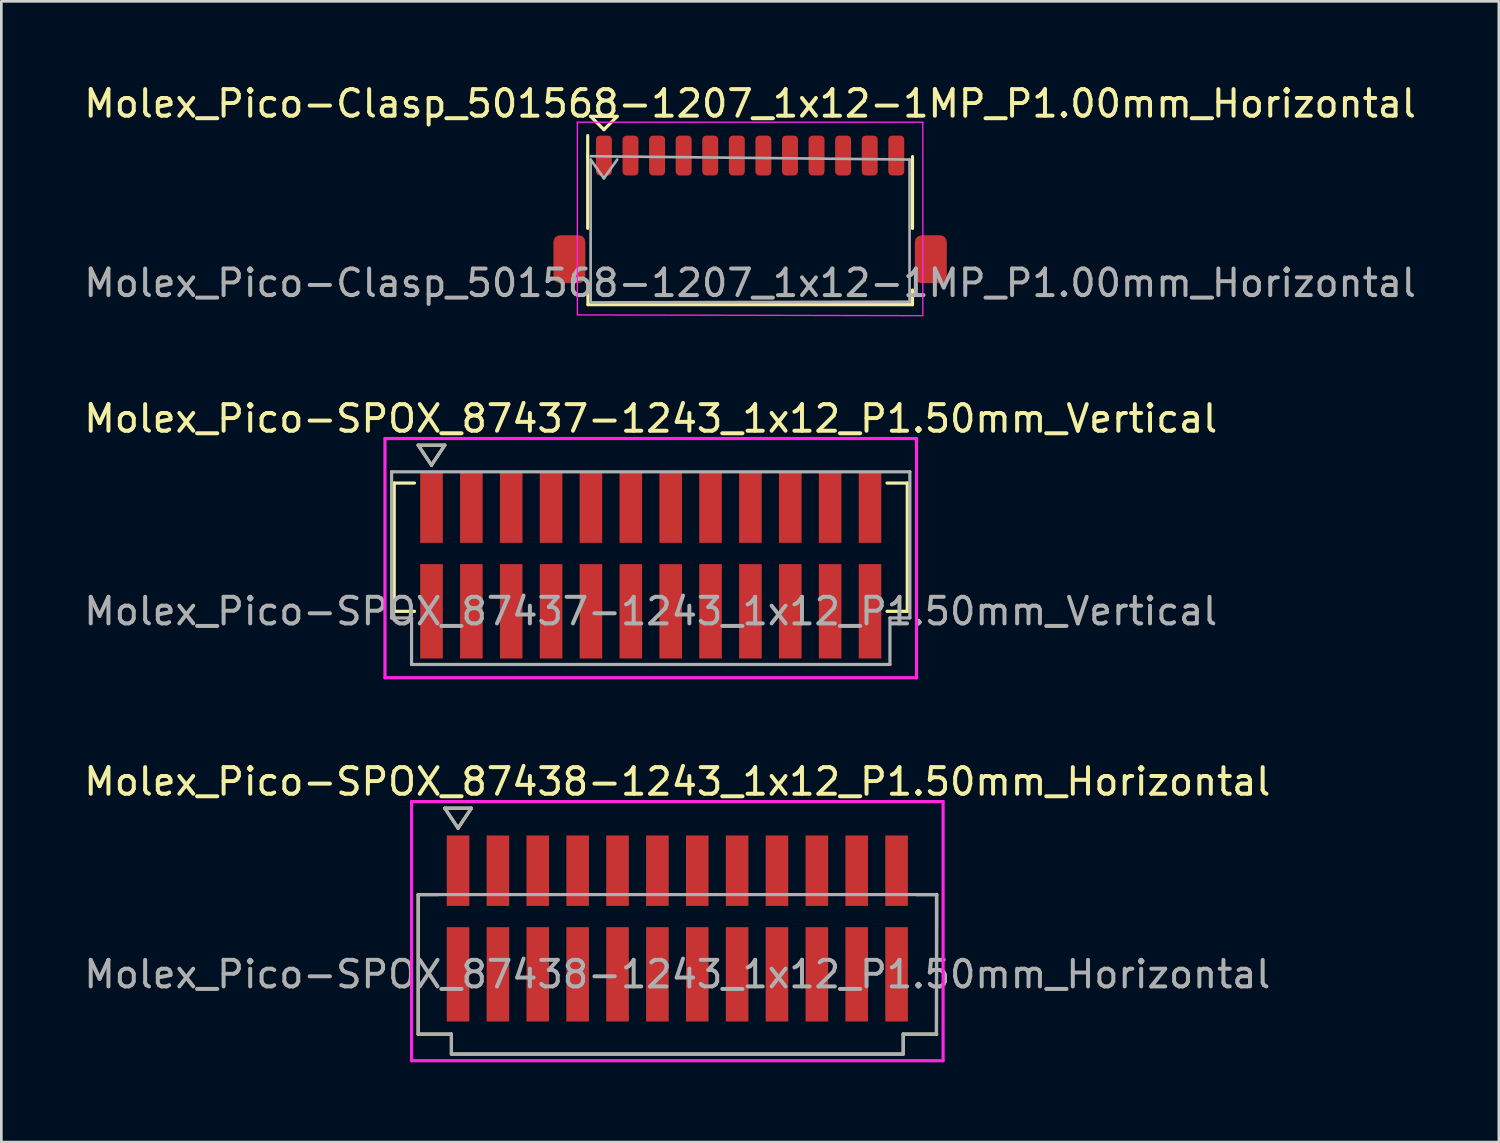
<source format=kicad_pcb>
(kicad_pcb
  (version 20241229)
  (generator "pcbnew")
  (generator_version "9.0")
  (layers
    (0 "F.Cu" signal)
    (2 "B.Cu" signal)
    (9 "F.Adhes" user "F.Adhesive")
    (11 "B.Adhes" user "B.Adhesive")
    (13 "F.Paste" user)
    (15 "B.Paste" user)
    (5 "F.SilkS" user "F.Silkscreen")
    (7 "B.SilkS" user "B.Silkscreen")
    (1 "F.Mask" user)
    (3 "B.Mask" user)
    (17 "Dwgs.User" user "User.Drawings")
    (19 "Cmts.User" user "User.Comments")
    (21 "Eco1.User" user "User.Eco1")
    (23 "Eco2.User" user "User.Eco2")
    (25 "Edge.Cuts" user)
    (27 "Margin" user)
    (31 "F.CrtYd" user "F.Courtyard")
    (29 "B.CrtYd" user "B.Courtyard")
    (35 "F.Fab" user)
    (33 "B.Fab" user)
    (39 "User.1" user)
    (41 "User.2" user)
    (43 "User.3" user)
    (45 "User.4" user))
  (footprint "Molex_Pico-SPOX_87437-1243_1x12_P1.50mm_Vertical"
    (layer "F.Cu")
    (at 21.435 19.951)
    (property "Reference" "Molex_Pico-SPOX_87437-1243_1x12_P1.50mm_Vertical" (at 0 -7.25 0) (layer "F.SilkS") (effects (font (size 1 1) (thickness 0.15))))
    (attr smd)
    (fp_line (start -9.652 -4.826) (end -9.652 0) (stroke (width 0.12) (type solid)) (layer "F.SilkS"))
    (fp_line (start -8.89 -4.826) (end -9.652 -4.826) (stroke (width 0.12) (type solid)) (layer "F.SilkS"))
    (fp_line (start -8.89 0) (end -9.652 0) (stroke (width 0.12) (type solid)) (layer "F.SilkS"))
    (fp_line (start -8.75 -6.25) (end -8.25 -5.5) (stroke (width 0.12) (type solid)) (layer "F.SilkS"))
    (fp_line (start -8.25 -5.5) (end -7.75 -6.25) (stroke (width 0.12) (type solid)) (layer "F.SilkS"))
    (fp_line (start -7.75 -6.25) (end -8.75 -6.25) (stroke (width 0.12) (type solid)) (layer "F.SilkS"))
    (fp_line (start 8.89 -4.826) (end 9.652 -4.826) (stroke (width 0.12) (type solid)) (layer "F.SilkS"))
    (fp_line (start 8.89 0) (end 9.652 0) (stroke (width 0.12) (type solid)) (layer "F.SilkS"))
    (fp_line (start 9.652 0) (end 9.652 -4.826) (stroke (width 0.12) (type solid)) (layer "F.SilkS"))
    (fp_line (start -10 -6.5) (end 10 -6.5) (stroke (width 0.12) (type solid)) (layer "F.CrtYd"))
    (fp_line (start -10 2.5) (end -10 -6.5) (stroke (width 0.12) (type solid)) (layer "F.CrtYd"))
    (fp_line (start 10 -6.5) (end 10 2.5) (stroke (width 0.12) (type solid)) (layer "F.CrtYd"))
    (fp_line (start 10 2.5) (end -10 2.5) (stroke (width 0.12) (type solid)) (layer "F.CrtYd"))
    (fp_line (start -9.75 -5.25) (end 9.75 -5.25) (stroke (width 0.12) (type solid)) (layer "F.Fab"))
    (fp_line (start -9.75 0.25) (end -9.75 -5.25) (stroke (width 0.12) (type solid)) (layer "F.Fab"))
    (fp_line (start -9 0.25) (end -9.75 0.25) (stroke (width 0.12) (type solid)) (layer "F.Fab"))
    (fp_line (start -9 2) (end -9 0.25) (stroke (width 0.12) (type solid)) (layer "F.Fab"))
    (fp_line (start -8.75 -6.25) (end -7.75 -6.25) (stroke (width 0.12) (type solid)) (layer "F.Fab"))
    (fp_line (start -8.25 -5.5) (end -8.75 -6.25) (stroke (width 0.12) (type solid)) (layer "F.Fab"))
    (fp_line (start -7.75 -6.25) (end -8.25 -5.5) (stroke (width 0.12) (type solid)) (layer "F.Fab"))
    (fp_line (start 9 0.25) (end 9 2) (stroke (width 0.12) (type solid)) (layer "F.Fab"))
    (fp_line (start 9 2) (end -9 2) (stroke (width 0.12) (type solid)) (layer "F.Fab"))
    (fp_line (start 9.75 -5.25) (end 9.75 0.25) (stroke (width 0.12) (type solid)) (layer "F.Fab"))
    (fp_line (start 9.75 0.25) (end 9 0.25) (stroke (width 0.12) (type solid)) (layer "F.Fab"))
    (fp_text user "${REFERENCE}" (at 0 0 0) (layer "F.Fab") (effects (font (size 1 1) (thickness 0.15))))
    (pad "1" smd rect (at -8.25 -3.9) (size 0.85 2.65) (layers "F.Cu" "F.Mask" "F.Paste"))
    (pad "1" smd rect (at -8.25 0) (size 0.85 3.55) (layers "F.Cu" "F.Mask" "F.Paste"))
    (pad "2" smd rect (at -6.75 -3.9) (size 0.85 2.65) (layers "F.Cu" "F.Mask" "F.Paste"))
    (pad "2" smd rect (at -6.75 0) (size 0.85 3.55) (layers "F.Cu" "F.Mask" "F.Paste"))
    (pad "3" smd rect (at -5.25 -3.9) (size 0.85 2.65) (layers "F.Cu" "F.Mask" "F.Paste"))
    (pad "3" smd rect (at -5.25 0) (size 0.85 3.55) (layers "F.Cu" "F.Mask" "F.Paste"))
    (pad "4" smd rect (at -3.75 -3.9) (size 0.85 2.65) (layers "F.Cu" "F.Mask" "F.Paste"))
    (pad "4" smd rect (at -3.75 0) (size 0.85 3.55) (layers "F.Cu" "F.Mask" "F.Paste"))
    (pad "5" smd rect (at -2.25 -3.9) (size 0.85 2.65) (layers "F.Cu" "F.Mask" "F.Paste"))
    (pad "5" smd rect (at -2.25 0) (size 0.85 3.55) (layers "F.Cu" "F.Mask" "F.Paste"))
    (pad "6" smd rect (at -0.75 -3.9) (size 0.85 2.65) (layers "F.Cu" "F.Mask" "F.Paste"))
    (pad "6" smd rect (at -0.75 0) (size 0.85 3.55) (layers "F.Cu" "F.Mask" "F.Paste"))
    (pad "7" smd rect (at 0.75 -3.9) (size 0.85 2.65) (layers "F.Cu" "F.Mask" "F.Paste"))
    (pad "7" smd rect (at 0.75 0) (size 0.85 3.55) (layers "F.Cu" "F.Mask" "F.Paste"))
    (pad "8" smd rect (at 2.25 -3.9) (size 0.85 2.65) (layers "F.Cu" "F.Mask" "F.Paste"))
    (pad "8" smd rect (at 2.25 0) (size 0.85 3.55) (layers "F.Cu" "F.Mask" "F.Paste"))
    (pad "9" smd rect (at 3.75 -3.9) (size 0.85 2.65) (layers "F.Cu" "F.Mask" "F.Paste"))
    (pad "9" smd rect (at 3.75 0) (size 0.85 3.55) (layers "F.Cu" "F.Mask" "F.Paste"))
    (pad "10" smd rect (at 5.25 -3.9) (size 0.85 2.65) (layers "F.Cu" "F.Mask" "F.Paste"))
    (pad "10" smd rect (at 5.25 0) (size 0.85 3.55) (layers "F.Cu" "F.Mask" "F.Paste"))
    (pad "11" smd rect (at 6.75 -3.9) (size 0.85 2.65) (layers "F.Cu" "F.Mask" "F.Paste"))
    (pad "11" smd rect (at 6.75 0) (size 0.85 3.55) (layers "F.Cu" "F.Mask" "F.Paste"))
    (pad "12" smd rect (at 8.25 -3.9) (size 0.85 2.65) (layers "F.Cu" "F.Mask" "F.Paste"))
    (pad "12" smd rect (at 8.25 0) (size 0.85 3.55) (layers "F.Cu" "F.Mask" "F.Paste")))
  (footprint "Molex_Pico-SPOX_87438-1243_1x12_P1.50mm_Horizontal"
    (layer "F.Cu")
    (at 22.435 33.61)
    (property "Reference" "Molex_Pico-SPOX_87438-1243_1x12_P1.50mm_Horizontal" (at 0 -7.25 0) (layer "F.SilkS") (effects (font (size 1 1) (thickness 0.15))))
    (attr smd)
    (fp_line (start -9.75 -3) (end -9.75 2.25) (stroke (width 0.12) (type solid)) (layer "F.SilkS"))
    (fp_line (start -8.988 -3) (end -9.75 -3) (stroke (width 0.12) (type solid)) (layer "F.SilkS"))
    (fp_line (start -8.75 -6.25) (end -8.25 -5.5) (stroke (width 0.12) (type solid)) (layer "F.SilkS"))
    (fp_line (start -8.5 2.25) (end -9.75 2.25) (stroke (width 0.12) (type solid)) (layer "F.SilkS"))
    (fp_line (start -8.5 2.25) (end -8.5 3) (stroke (width 0.12) (type solid)) (layer "F.SilkS"))
    (fp_line (start -8.5 3) (end 8.5 3) (stroke (width 0.12) (type solid)) (layer "F.SilkS"))
    (fp_line (start -8.25 -5.5) (end -7.75 -6.25) (stroke (width 0.12) (type solid)) (layer "F.SilkS"))
    (fp_line (start -7.75 -6.25) (end -8.75 -6.25) (stroke (width 0.12) (type solid)) (layer "F.SilkS"))
    (fp_line (start 8.5 2.25) (end 9.762 2.25) (stroke (width 0.12) (type solid)) (layer "F.SilkS"))
    (fp_line (start 8.5 3) (end 8.5 2.25) (stroke (width 0.12) (type solid)) (layer "F.SilkS"))
    (fp_line (start 9 -3) (end 9.762 -3) (stroke (width 0.12) (type solid)) (layer "F.SilkS"))
    (fp_line (start 9.75 2.25) (end 9.762 -3) (stroke (width 0.12) (type solid)) (layer "F.SilkS"))
    (fp_line (start -10 -6.5) (end 10 -6.5) (stroke (width 0.12) (type solid)) (layer "F.CrtYd"))
    (fp_line (start -10 3.25) (end -10 -6.5) (stroke (width 0.12) (type solid)) (layer "F.CrtYd"))
    (fp_line (start 10 -6.5) (end 10 3.25) (stroke (width 0.12) (type solid)) (layer "F.CrtYd"))
    (fp_line (start 10 3.25) (end -10 3.25) (stroke (width 0.12) (type solid)) (layer "F.CrtYd"))
    (fp_line (start -9.75 -3) (end 9.75 -3) (stroke (width 0.12) (type solid)) (layer "F.Fab"))
    (fp_line (start -9.75 2.25) (end -9.75 -3) (stroke (width 0.12) (type solid)) (layer "F.Fab"))
    (fp_line (start -8.75 -6.25) (end -7.75 -6.25) (stroke (width 0.12) (type solid)) (layer "F.Fab"))
    (fp_line (start -8.5 2.25) (end -9.75 2.25) (stroke (width 0.12) (type solid)) (layer "F.Fab"))
    (fp_line (start -8.5 3) (end -8.5 2.25) (stroke (width 0.12) (type solid)) (layer "F.Fab"))
    (fp_line (start -8.25 -5.5) (end -8.75 -6.25) (stroke (width 0.12) (type solid)) (layer "F.Fab"))
    (fp_line (start -7.75 -6.25) (end -8.25 -5.5) (stroke (width 0.12) (type solid)) (layer "F.Fab"))
    (fp_line (start 8.5 2.25) (end 8.5 3) (stroke (width 0.12) (type solid)) (layer "F.Fab"))
    (fp_line (start 8.5 3) (end -8.5 3) (stroke (width 0.12) (type solid)) (layer "F.Fab"))
    (fp_line (start 9.75 -3) (end 9.75 2.25) (stroke (width 0.12) (type solid)) (layer "F.Fab"))
    (fp_line (start 9.75 2.25) (end 8.5 2.25) (stroke (width 0.12) (type solid)) (layer "F.Fab"))
    (fp_text user "${REFERENCE}" (at 0 0 0) (layer "F.Fab") (effects (font (size 1 1) (thickness 0.15))))
    (pad "1" smd rect (at -8.25 -3.9) (size 0.85 2.65) (layers "F.Cu" "F.Mask" "F.Paste"))
    (pad "1" smd rect (at -8.25 0) (size 0.85 3.55) (layers "F.Cu" "F.Mask" "F.Paste"))
    (pad "2" smd rect (at -6.75 -3.9) (size 0.85 2.65) (layers "F.Cu" "F.Mask" "F.Paste"))
    (pad "2" smd rect (at -6.75 0) (size 0.85 3.55) (layers "F.Cu" "F.Mask" "F.Paste"))
    (pad "3" smd rect (at -5.25 -3.9) (size 0.85 2.65) (layers "F.Cu" "F.Mask" "F.Paste"))
    (pad "3" smd rect (at -5.25 0) (size 0.85 3.55) (layers "F.Cu" "F.Mask" "F.Paste"))
    (pad "4" smd rect (at -3.75 -3.9) (size 0.85 2.65) (layers "F.Cu" "F.Mask" "F.Paste"))
    (pad "4" smd rect (at -3.75 0) (size 0.85 3.55) (layers "F.Cu" "F.Mask" "F.Paste"))
    (pad "5" smd rect (at -2.25 -3.9) (size 0.85 2.65) (layers "F.Cu" "F.Mask" "F.Paste"))
    (pad "5" smd rect (at -2.25 0) (size 0.85 3.55) (layers "F.Cu" "F.Mask" "F.Paste"))
    (pad "6" smd rect (at -0.75 -3.9) (size 0.85 2.65) (layers "F.Cu" "F.Mask" "F.Paste"))
    (pad "6" smd rect (at -0.75 0) (size 0.85 3.55) (layers "F.Cu" "F.Mask" "F.Paste"))
    (pad "7" smd rect (at 0.75 -3.9) (size 0.85 2.65) (layers "F.Cu" "F.Mask" "F.Paste"))
    (pad "7" smd rect (at 0.75 0) (size 0.85 3.55) (layers "F.Cu" "F.Mask" "F.Paste"))
    (pad "8" smd rect (at 2.25 -3.9) (size 0.85 2.65) (layers "F.Cu" "F.Mask" "F.Paste"))
    (pad "8" smd rect (at 2.25 0) (size 0.85 3.55) (layers "F.Cu" "F.Mask" "F.Paste"))
    (pad "9" smd rect (at 3.75 -3.9) (size 0.85 2.65) (layers "F.Cu" "F.Mask" "F.Paste"))
    (pad "9" smd rect (at 3.75 0) (size 0.85 3.55) (layers "F.Cu" "F.Mask" "F.Paste"))
    (pad "10" smd rect (at 5.25 -3.9) (size 0.85 2.65) (layers "F.Cu" "F.Mask" "F.Paste"))
    (pad "10" smd rect (at 5.25 0) (size 0.85 3.55) (layers "F.Cu" "F.Mask" "F.Paste"))
    (pad "11" smd rect (at 6.75 -3.9) (size 0.85 2.65) (layers "F.Cu" "F.Mask" "F.Paste"))
    (pad "11" smd rect (at 6.75 0) (size 0.85 3.55) (layers "F.Cu" "F.Mask" "F.Paste"))
    (pad "12" smd rect (at 8.25 -3.9) (size 0.85 2.65) (layers "F.Cu" "F.Mask" "F.Paste"))
    (pad "12" smd rect (at 8.25 0) (size 0.85 3.55) (layers "F.Cu" "F.Mask" "F.Paste")))
  (footprint "Molex_Pico-Clasp_501568-1207_1x12-1MP_P1.00mm_Horizontal"
    (layer "F.Cu")
    (at 25.173 4.828)
    (property "Reference" "Molex_Pico-Clasp_501568-1207_1x12-1MP_P1.00mm_Horizontal" (at 0 -3.98 0) (layer "F.SilkS") (effects (font (size 1 1) (thickness 0.15))))
    (attr smd)
    (fp_line (start -6.11 -1.985) (end -6.11 -2.775) (stroke (width 0.12) (type solid)) (layer "F.SilkS"))
    (fp_line (start -6.11 0.715) (end -6.11 -1.985) (stroke (width 0.12) (type solid)) (layer "F.SilkS"))
    (fp_line (start -6.1 3.035) (end -6.1 3.585) (stroke (width 0.12) (type solid)) (layer "F.SilkS"))
    (fp_line (start -6.1 3.585) (end 6.11 3.585) (stroke (width 0.12) (type solid)) (layer "F.SilkS"))
    (fp_line (start -6 -3.5) (end -5.5 -3) (stroke (width 0.12) (type solid)) (layer "F.SilkS"))
    (fp_line (start -6 -3.5) (end -5 -3.5) (stroke (width 0.12) (type solid)) (layer "F.SilkS"))
    (fp_line (start -5 -3.5) (end -5.5 -3) (stroke (width 0.12) (type solid)) (layer "F.SilkS"))
    (fp_line (start 6.11 0.715) (end 6.11 -1.985) (stroke (width 0.12) (type solid)) (layer "F.SilkS"))
    (fp_line (start 6.11 3.585) (end 6.11 3.035) (stroke (width 0.12) (type solid)) (layer "F.SilkS"))
    (fp_line (start -6.5 -3.28) (end -6.5 3.97) (stroke (width 0.05) (type solid)) (layer "F.CrtYd"))
    (fp_line (start -6.5 3.97) (end 6.5 4) (stroke (width 0.05) (type solid)) (layer "F.CrtYd"))
    (fp_line (start 6.5 -3.28) (end -6.5 -3.28) (stroke (width 0.05) (type solid)) (layer "F.CrtYd"))
    (fp_line (start 6.5 3.97) (end 6.5 -3.28) (stroke (width 0.05) (type solid)) (layer "F.CrtYd"))
    (fp_line (start -6 -2) (end 6 -1.875) (stroke (width 0.1) (type solid)) (layer "F.Fab"))
    (fp_line (start -6 -1.875) (end -6 3.475) (stroke (width 0.1) (type solid)) (layer "F.Fab"))
    (fp_line (start -6 -1.875) (end -5.5 -1.168) (stroke (width 0.1) (type solid)) (layer "F.Fab"))
    (fp_line (start -6 3.5) (end 6 3.475) (stroke (width 0.1) (type solid)) (layer "F.Fab"))
    (fp_line (start -5.5 -1.168) (end -5 -1.875) (stroke (width 0.1) (type solid)) (layer "F.Fab"))
    (fp_line (start 6 -1.875) (end 6 3.475) (stroke (width 0.1) (type solid)) (layer "F.Fab"))
    (fp_text user "${REFERENCE}" (at 0 2.77 0) (layer "F.Fab") (effects (font (size 1 1) (thickness 0.15))))
    (pad "1" smd roundrect (at -5.5 -2.025) (size 0.6 1.5) (layers "F.Cu" "F.Mask" "F.Paste") (roundrect_rratio 0.25))
    (pad "2" smd roundrect (at -4.5 -2.025) (size 0.6 1.5) (layers "F.Cu" "F.Mask" "F.Paste") (roundrect_rratio 0.25))
    (pad "3" smd roundrect (at -3.5 -2.025) (size 0.6 1.5) (layers "F.Cu" "F.Mask" "F.Paste") (roundrect_rratio 0.25))
    (pad "4" smd roundrect (at -2.5 -2.025) (size 0.6 1.5) (layers "F.Cu" "F.Mask" "F.Paste") (roundrect_rratio 0.25))
    (pad "5" smd roundrect (at -1.5 -2.025) (size 0.6 1.5) (layers "F.Cu" "F.Mask" "F.Paste") (roundrect_rratio 0.25))
    (pad "6" smd roundrect (at -0.5 -2.025) (size 0.6 1.5) (layers "F.Cu" "F.Mask" "F.Paste") (roundrect_rratio 0.25))
    (pad "7" smd roundrect (at 0.5 -2.025) (size 0.6 1.5) (layers "F.Cu" "F.Mask" "F.Paste") (roundrect_rratio 0.25))
    (pad "8" smd roundrect (at 1.5 -2.025) (size 0.6 1.5) (layers "F.Cu" "F.Mask" "F.Paste") (roundrect_rratio 0.25))
    (pad "9" smd roundrect (at 2.5 -2.025) (size 0.6 1.5) (layers "F.Cu" "F.Mask" "F.Paste") (roundrect_rratio 0.25))
    (pad "10" smd roundrect (at 3.5 -2.025) (size 0.6 1.5) (layers "F.Cu" "F.Mask" "F.Paste") (roundrect_rratio 0.25))
    (pad "11" smd roundrect (at 4.5 -2.025) (size 0.6 1.5) (layers "F.Cu" "F.Mask" "F.Paste") (roundrect_rratio 0.25))
    (pad "12" smd roundrect (at 5.5 -2.025) (size 0.6 1.5) (layers "F.Cu" "F.Mask" "F.Paste") (roundrect_rratio 0.25))
    (pad "MP" smd roundrect (at -6.8 1.875) (size 1.2 1.8) (layers "F.Cu" "F.Mask" "F.Paste") (roundrect_rratio 0.208))
    (pad "MP" smd roundrect (at 6.8 1.875) (size 1.2 1.8) (layers "F.Cu" "F.Mask" "F.Paste") (roundrect_rratio 0.208)))
  (gr_rect
    (start -3 -3)
    (end 53.345 39.92)
    (stroke (width 0.1) (type default))
    (fill no)
    (layer "Edge.Cuts")))
</source>
